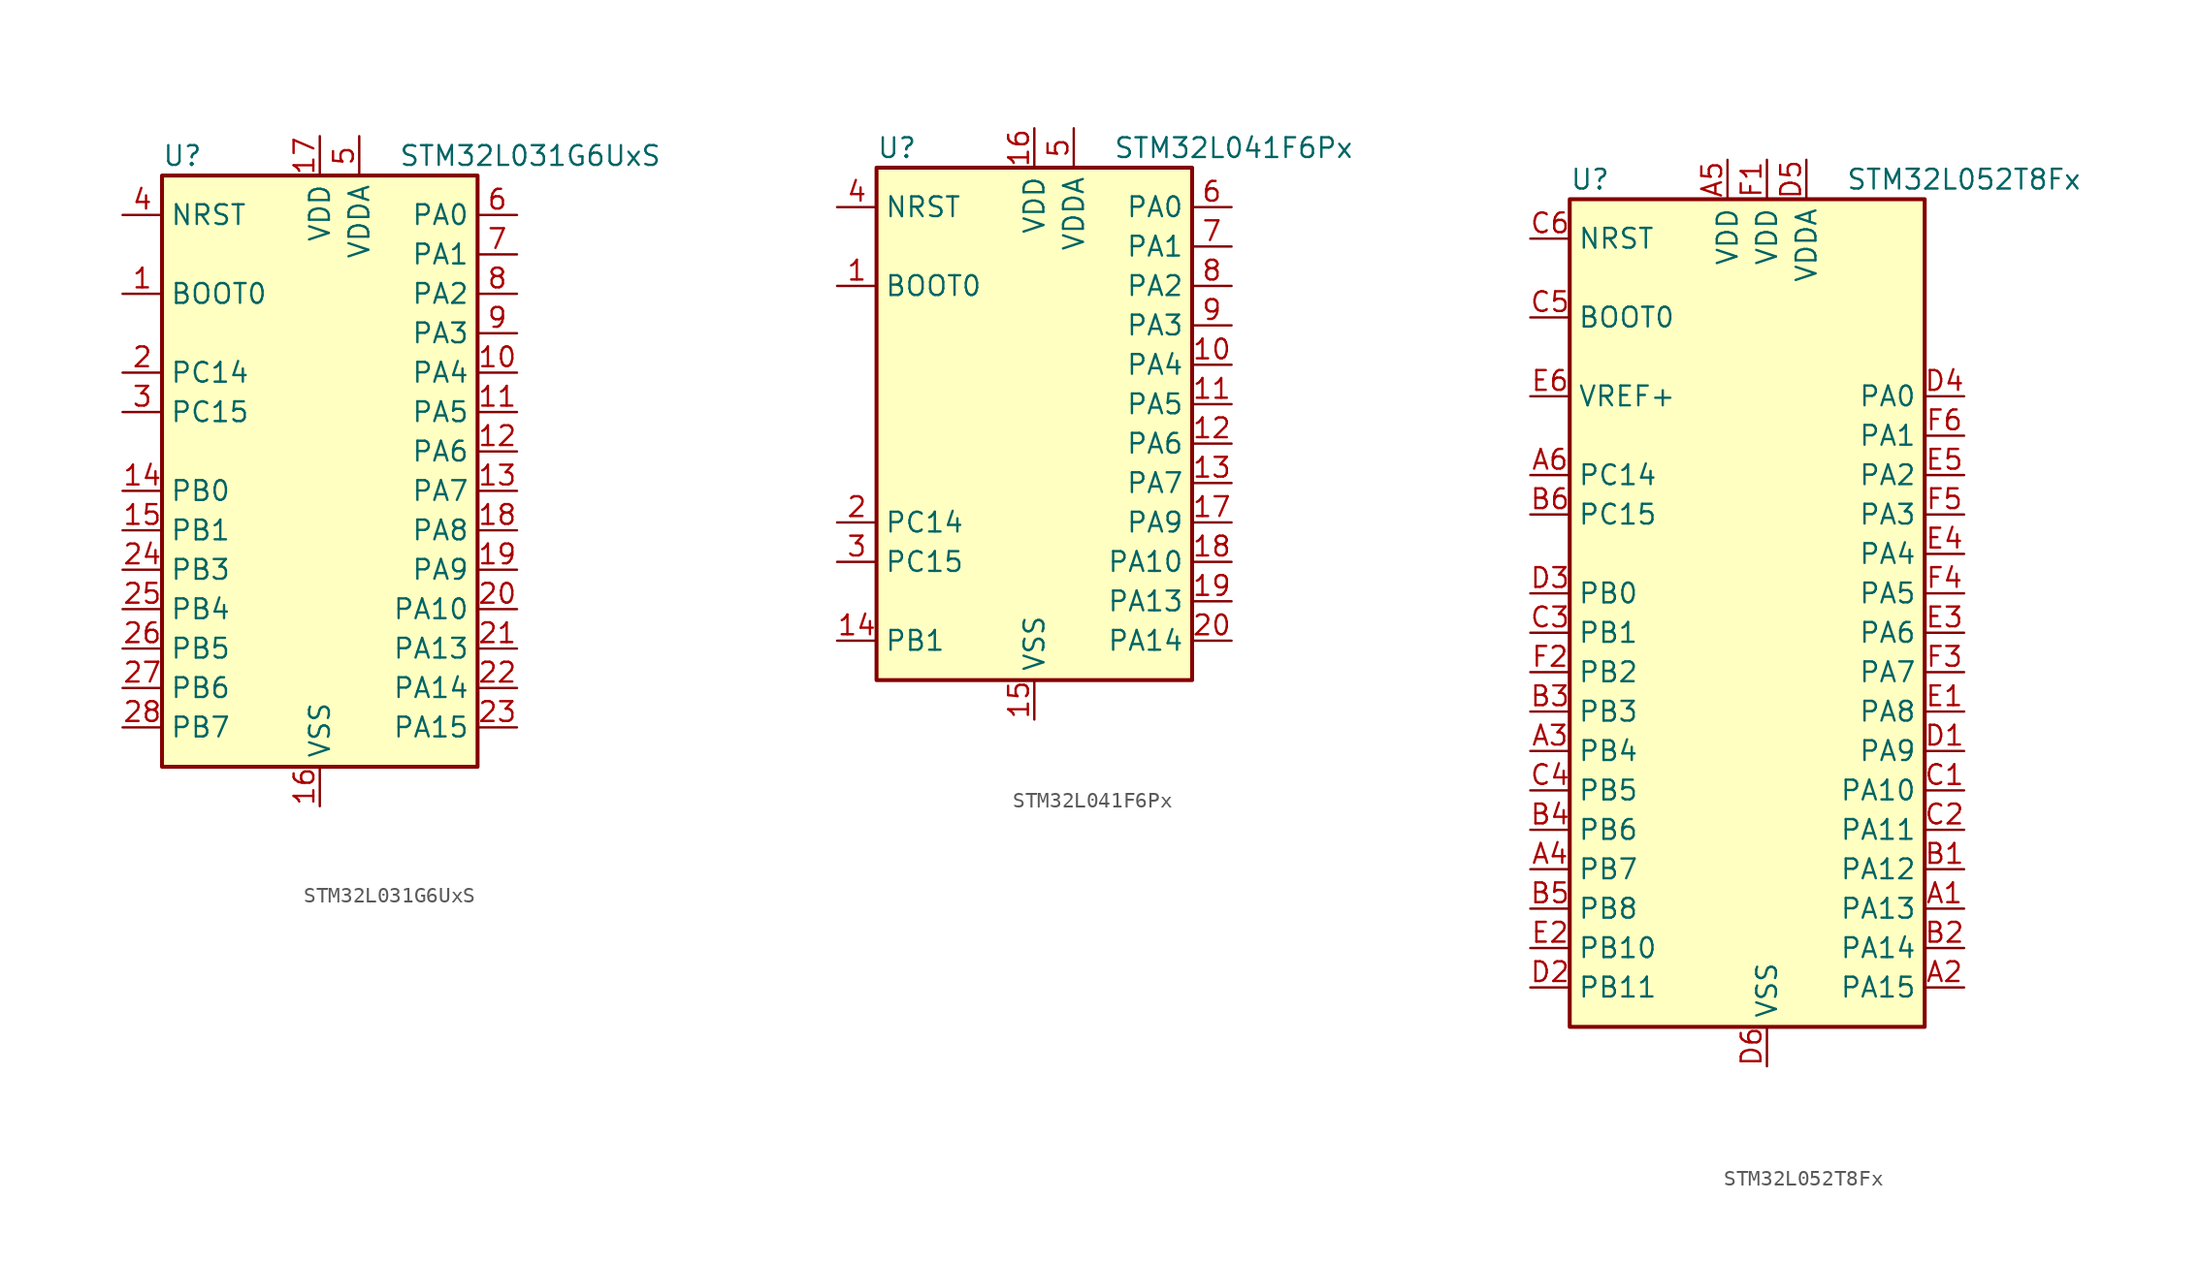
<source format=kicad_sym>
(kicad_symbol_lib
  (version 20201005)
  (generator kicad_symbol_editor)
  (symbol "STM32L031G6UxS"
    (property "Reference" "U"
      (at -10.16 19.05 0)
      (effects (font (size 1.27 1.27)) (justify left)))
    (property "Value" "STM32L031G6UxS"
      (at 5.08 19.05 0)
      (effects (font (size 1.27 1.27)) (justify left)))
    (symbol "STM32L031G6UxS_0_1"
      (rectangle (start -10.16 -20.32) (end 10.16 17.78) (stroke (width 0.254)) (fill (type background))))
    (symbol "STM32L031G6UxS_1_1"
      (pin input line (at -12.7 10.16 0) (length 2.54) (name "BOOT0" (effects (font (size 1.27 1.27)))) (number "1" (effects (font (size 1.27 1.27)))))
      (pin bidirectional line (at 12.7 5.08 180) (length 2.54) (name "PA4" (effects (font (size 1.27 1.27)))) (number "10" (effects (font (size 1.27 1.27)))))
      (pin bidirectional line (at 12.7 2.54 180) (length 2.54) (name "PA5" (effects (font (size 1.27 1.27)))) (number "11" (effects (font (size 1.27 1.27)))))
      (pin bidirectional line (at 12.7 0 180) (length 2.54) (name "PA6" (effects (font (size 1.27 1.27)))) (number "12" (effects (font (size 1.27 1.27)))))
      (pin bidirectional line (at 12.7 -2.54 180) (length 2.54) (name "PA7" (effects (font (size 1.27 1.27)))) (number "13" (effects (font (size 1.27 1.27)))))
      (pin bidirectional line (at -12.7 -2.54 0) (length 2.54) (name "PB0" (effects (font (size 1.27 1.27)))) (number "14" (effects (font (size 1.27 1.27)))))
      (pin bidirectional line (at -12.7 -5.08 0) (length 2.54) (name "PB1" (effects (font (size 1.27 1.27)))) (number "15" (effects (font (size 1.27 1.27)))))
      (pin power_in line (at 0 -22.86 90) (length 2.54) (name "VSS" (effects (font (size 1.27 1.27)))) (number "16" (effects (font (size 1.27 1.27)))))
      (pin power_in line (at 0 20.32 270) (length 2.54) (name "VDD" (effects (font (size 1.27 1.27)))) (number "17" (effects (font (size 1.27 1.27)))))
      (pin bidirectional line (at 12.7 -5.08 180) (length 2.54) (name "PA8" (effects (font (size 1.27 1.27)))) (number "18" (effects (font (size 1.27 1.27)))))
      (pin bidirectional line (at 12.7 -7.62 180) (length 2.54) (name "PA9" (effects (font (size 1.27 1.27)))) (number "19" (effects (font (size 1.27 1.27)))))
      (pin bidirectional line (at -12.7 5.08 0) (length 2.54) (name "PC14" (effects (font (size 1.27 1.27)))) (number "2" (effects (font (size 1.27 1.27)))))
      (pin bidirectional line (at 12.7 -10.16 180) (length 2.54) (name "PA10" (effects (font (size 1.27 1.27)))) (number "20" (effects (font (size 1.27 1.27)))))
      (pin bidirectional line (at 12.7 -12.7 180) (length 2.54) (name "PA13" (effects (font (size 1.27 1.27)))) (number "21" (effects (font (size 1.27 1.27)))))
      (pin bidirectional line (at 12.7 -15.24 180) (length 2.54) (name "PA14" (effects (font (size 1.27 1.27)))) (number "22" (effects (font (size 1.27 1.27)))))
      (pin bidirectional line (at 12.7 -17.78 180) (length 2.54) (name "PA15" (effects (font (size 1.27 1.27)))) (number "23" (effects (font (size 1.27 1.27)))))
      (pin bidirectional line (at -12.7 -7.62 0) (length 2.54) (name "PB3" (effects (font (size 1.27 1.27)))) (number "24" (effects (font (size 1.27 1.27)))))
      (pin bidirectional line (at -12.7 -10.16 0) (length 2.54) (name "PB4" (effects (font (size 1.27 1.27)))) (number "25" (effects (font (size 1.27 1.27)))))
      (pin bidirectional line (at -12.7 -12.7 0) (length 2.54) (name "PB5" (effects (font (size 1.27 1.27)))) (number "26" (effects (font (size 1.27 1.27)))))
      (pin bidirectional line (at -12.7 -15.24 0) (length 2.54) (name "PB6" (effects (font (size 1.27 1.27)))) (number "27" (effects (font (size 1.27 1.27)))))
      (pin bidirectional line (at -12.7 -17.78 0) (length 2.54) (name "PB7" (effects (font (size 1.27 1.27)))) (number "28" (effects (font (size 1.27 1.27)))))
      (pin bidirectional line (at -12.7 2.54 0) (length 2.54) (name "PC15" (effects (font (size 1.27 1.27)))) (number "3" (effects (font (size 1.27 1.27)))))
      (pin input line (at -12.7 15.24 0) (length 2.54) (name "NRST" (effects (font (size 1.27 1.27)))) (number "4" (effects (font (size 1.27 1.27)))))
      (pin power_in line (at 2.54 20.32 270) (length 2.54) (name "VDDA" (effects (font (size 1.27 1.27)))) (number "5" (effects (font (size 1.27 1.27)))))
      (pin bidirectional line (at 12.7 15.24 180) (length 2.54) (name "PA0" (effects (font (size 1.27 1.27)))) (number "6" (effects (font (size 1.27 1.27)))))
      (pin bidirectional line (at 12.7 12.7 180) (length 2.54) (name "PA1" (effects (font (size 1.27 1.27)))) (number "7" (effects (font (size 1.27 1.27)))))
      (pin bidirectional line (at 12.7 10.16 180) (length 2.54) (name "PA2" (effects (font (size 1.27 1.27)))) (number "8" (effects (font (size 1.27 1.27)))))
      (pin bidirectional line (at 12.7 7.62 180) (length 2.54) (name "PA3" (effects (font (size 1.27 1.27)))) (number "9" (effects (font (size 1.27 1.27)))))))
  (symbol "STM32L041F6Px"
    (property "Reference" "U"
      (at -10.16 16.51 0)
      (effects (font (size 1.27 1.27)) (justify left)))
    (property "Value" "STM32L041F6Px"
      (at 5.08 16.51 0)
      (effects (font (size 1.27 1.27)) (justify left)))
    (symbol "STM32L041F6Px_0_1"
      (rectangle (start -10.16 -17.78) (end 10.16 15.24) (stroke (width 0.254)) (fill (type background))))
    (symbol "STM32L041F6Px_1_1"
      (pin input line (at -12.7 7.62 0) (length 2.54) (name "BOOT0" (effects (font (size 1.27 1.27)))) (number "1" (effects (font (size 1.27 1.27)))))
      (pin bidirectional line (at 12.7 2.54 180) (length 2.54) (name "PA4" (effects (font (size 1.27 1.27)))) (number "10" (effects (font (size 1.27 1.27)))))
      (pin bidirectional line (at 12.7 0 180) (length 2.54) (name "PA5" (effects (font (size 1.27 1.27)))) (number "11" (effects (font (size 1.27 1.27)))))
      (pin bidirectional line (at 12.7 -2.54 180) (length 2.54) (name "PA6" (effects (font (size 1.27 1.27)))) (number "12" (effects (font (size 1.27 1.27)))))
      (pin bidirectional line (at 12.7 -5.08 180) (length 2.54) (name "PA7" (effects (font (size 1.27 1.27)))) (number "13" (effects (font (size 1.27 1.27)))))
      (pin bidirectional line (at -12.7 -15.24 0) (length 2.54) (name "PB1" (effects (font (size 1.27 1.27)))) (number "14" (effects (font (size 1.27 1.27)))))
      (pin power_in line (at 0 -20.32 90) (length 2.54) (name "VSS" (effects (font (size 1.27 1.27)))) (number "15" (effects (font (size 1.27 1.27)))))
      (pin power_in line (at 0 17.78 270) (length 2.54) (name "VDD" (effects (font (size 1.27 1.27)))) (number "16" (effects (font (size 1.27 1.27)))))
      (pin bidirectional line (at 12.7 -7.62 180) (length 2.54) (name "PA9" (effects (font (size 1.27 1.27)))) (number "17" (effects (font (size 1.27 1.27)))))
      (pin bidirectional line (at 12.7 -10.16 180) (length 2.54) (name "PA10" (effects (font (size 1.27 1.27)))) (number "18" (effects (font (size 1.27 1.27)))))
      (pin bidirectional line (at 12.7 -12.7 180) (length 2.54) (name "PA13" (effects (font (size 1.27 1.27)))) (number "19" (effects (font (size 1.27 1.27)))))
      (pin bidirectional line (at -12.7 -7.62 0) (length 2.54) (name "PC14" (effects (font (size 1.27 1.27)))) (number "2" (effects (font (size 1.27 1.27)))))
      (pin bidirectional line (at 12.7 -15.24 180) (length 2.54) (name "PA14" (effects (font (size 1.27 1.27)))) (number "20" (effects (font (size 1.27 1.27)))))
      (pin bidirectional line (at -12.7 -10.16 0) (length 2.54) (name "PC15" (effects (font (size 1.27 1.27)))) (number "3" (effects (font (size 1.27 1.27)))))
      (pin input line (at -12.7 12.7 0) (length 2.54) (name "NRST" (effects (font (size 1.27 1.27)))) (number "4" (effects (font (size 1.27 1.27)))))
      (pin power_in line (at 2.54 17.78 270) (length 2.54) (name "VDDA" (effects (font (size 1.27 1.27)))) (number "5" (effects (font (size 1.27 1.27)))))
      (pin bidirectional line (at 12.7 12.7 180) (length 2.54) (name "PA0" (effects (font (size 1.27 1.27)))) (number "6" (effects (font (size 1.27 1.27)))))
      (pin bidirectional line (at 12.7 10.16 180) (length 2.54) (name "PA1" (effects (font (size 1.27 1.27)))) (number "7" (effects (font (size 1.27 1.27)))))
      (pin bidirectional line (at 12.7 7.62 180) (length 2.54) (name "PA2" (effects (font (size 1.27 1.27)))) (number "8" (effects (font (size 1.27 1.27)))))
      (pin bidirectional line (at 12.7 5.08 180) (length 2.54) (name "PA3" (effects (font (size 1.27 1.27)))) (number "9" (effects (font (size 1.27 1.27)))))))
  (symbol "STM32L052T8Fx"
    (property "Reference" "U"
      (at -12.7 26.67 0)
      (effects (font (size 1.27 1.27)) (justify left)))
    (property "Value" "STM32L052T8Fx"
      (at 5.08 26.67 0)
      (effects (font (size 1.27 1.27)) (justify left)))
    (symbol "STM32L052T8Fx_0_1"
      (rectangle (start -12.7 -27.94) (end 10.16 25.4) (stroke (width 0.254)) (fill (type background))))
    (symbol "STM32L052T8Fx_1_1"
      (pin bidirectional line (at 12.7 -20.32 180) (length 2.54) (name "PA13" (effects (font (size 1.27 1.27)))) (number "A1" (effects (font (size 1.27 1.27)))))
      (pin bidirectional line (at 12.7 -25.4 180) (length 2.54) (name "PA15" (effects (font (size 1.27 1.27)))) (number "A2" (effects (font (size 1.27 1.27)))))
      (pin bidirectional line (at -15.24 -10.16 0) (length 2.54) (name "PB4" (effects (font (size 1.27 1.27)))) (number "A3" (effects (font (size 1.27 1.27)))))
      (pin bidirectional line (at -15.24 -17.78 0) (length 2.54) (name "PB7" (effects (font (size 1.27 1.27)))) (number "A4" (effects (font (size 1.27 1.27)))))
      (pin power_in line (at -2.54 27.94 270) (length 2.54) (name "VDD" (effects (font (size 1.27 1.27)))) (number "A5" (effects (font (size 1.27 1.27)))))
      (pin bidirectional line (at -15.24 7.62 0) (length 2.54) (name "PC14" (effects (font (size 1.27 1.27)))) (number "A6" (effects (font (size 1.27 1.27)))))
      (pin bidirectional line (at 12.7 -17.78 180) (length 2.54) (name "PA12" (effects (font (size 1.27 1.27)))) (number "B1" (effects (font (size 1.27 1.27)))))
      (pin bidirectional line (at 12.7 -22.86 180) (length 2.54) (name "PA14" (effects (font (size 1.27 1.27)))) (number "B2" (effects (font (size 1.27 1.27)))))
      (pin bidirectional line (at -15.24 -7.62 0) (length 2.54) (name "PB3" (effects (font (size 1.27 1.27)))) (number "B3" (effects (font (size 1.27 1.27)))))
      (pin bidirectional line (at -15.24 -15.24 0) (length 2.54) (name "PB6" (effects (font (size 1.27 1.27)))) (number "B4" (effects (font (size 1.27 1.27)))))
      (pin bidirectional line (at -15.24 -20.32 0) (length 2.54) (name "PB8" (effects (font (size 1.27 1.27)))) (number "B5" (effects (font (size 1.27 1.27)))))
      (pin bidirectional line (at -15.24 5.08 0) (length 2.54) (name "PC15" (effects (font (size 1.27 1.27)))) (number "B6" (effects (font (size 1.27 1.27)))))
      (pin bidirectional line (at 12.7 -12.7 180) (length 2.54) (name "PA10" (effects (font (size 1.27 1.27)))) (number "C1" (effects (font (size 1.27 1.27)))))
      (pin bidirectional line (at 12.7 -15.24 180) (length 2.54) (name "PA11" (effects (font (size 1.27 1.27)))) (number "C2" (effects (font (size 1.27 1.27)))))
      (pin bidirectional line (at -15.24 -2.54 0) (length 2.54) (name "PB1" (effects (font (size 1.27 1.27)))) (number "C3" (effects (font (size 1.27 1.27)))))
      (pin bidirectional line (at -15.24 -12.7 0) (length 2.54) (name "PB5" (effects (font (size 1.27 1.27)))) (number "C4" (effects (font (size 1.27 1.27)))))
      (pin input line (at -15.24 17.78 0) (length 2.54) (name "BOOT0" (effects (font (size 1.27 1.27)))) (number "C5" (effects (font (size 1.27 1.27)))))
      (pin input line (at -15.24 22.86 0) (length 2.54) (name "NRST" (effects (font (size 1.27 1.27)))) (number "C6" (effects (font (size 1.27 1.27)))))
      (pin bidirectional line (at 12.7 -10.16 180) (length 2.54) (name "PA9" (effects (font (size 1.27 1.27)))) (number "D1" (effects (font (size 1.27 1.27)))))
      (pin bidirectional line (at -15.24 -25.4 0) (length 2.54) (name "PB11" (effects (font (size 1.27 1.27)))) (number "D2" (effects (font (size 1.27 1.27)))))
      (pin bidirectional line (at -15.24 0 0) (length 2.54) (name "PB0" (effects (font (size 1.27 1.27)))) (number "D3" (effects (font (size 1.27 1.27)))))
      (pin bidirectional line (at 12.7 12.7 180) (length 2.54) (name "PA0" (effects (font (size 1.27 1.27)))) (number "D4" (effects (font (size 1.27 1.27)))))
      (pin power_in line (at 2.54 27.94 270) (length 2.54) (name "VDDA" (effects (font (size 1.27 1.27)))) (number "D5" (effects (font (size 1.27 1.27)))))
      (pin power_in line (at 0 -30.48 90) (length 2.54) (name "VSS" (effects (font (size 1.27 1.27)))) (number "D6" (effects (font (size 1.27 1.27)))))
      (pin bidirectional line (at 12.7 -7.62 180) (length 2.54) (name "PA8" (effects (font (size 1.27 1.27)))) (number "E1" (effects (font (size 1.27 1.27)))))
      (pin bidirectional line (at -15.24 -22.86 0) (length 2.54) (name "PB10" (effects (font (size 1.27 1.27)))) (number "E2" (effects (font (size 1.27 1.27)))))
      (pin bidirectional line (at 12.7 -2.54 180) (length 2.54) (name "PA6" (effects (font (size 1.27 1.27)))) (number "E3" (effects (font (size 1.27 1.27)))))
      (pin bidirectional line (at 12.7 2.54 180) (length 2.54) (name "PA4" (effects (font (size 1.27 1.27)))) (number "E4" (effects (font (size 1.27 1.27)))))
      (pin bidirectional line (at 12.7 7.62 180) (length 2.54) (name "PA2" (effects (font (size 1.27 1.27)))) (number "E5" (effects (font (size 1.27 1.27)))))
      (pin power_in line (at -15.24 12.7 0) (length 2.54) (name "VREF+" (effects (font (size 1.27 1.27)))) (number "E6" (effects (font (size 1.27 1.27)))))
      (pin power_in line (at 0 27.94 270) (length 2.54) (name "VDD" (effects (font (size 1.27 1.27)))) (number "F1" (effects (font (size 1.27 1.27)))))
      (pin bidirectional line (at -15.24 -5.08 0) (length 2.54) (name "PB2" (effects (font (size 1.27 1.27)))) (number "F2" (effects (font (size 1.27 1.27)))))
      (pin bidirectional line (at 12.7 -5.08 180) (length 2.54) (name "PA7" (effects (font (size 1.27 1.27)))) (number "F3" (effects (font (size 1.27 1.27)))))
      (pin bidirectional line (at 12.7 0 180) (length 2.54) (name "PA5" (effects (font (size 1.27 1.27)))) (number "F4" (effects (font (size 1.27 1.27)))))
      (pin bidirectional line (at 12.7 5.08 180) (length 2.54) (name "PA3" (effects (font (size 1.27 1.27)))) (number "F5" (effects (font (size 1.27 1.27)))))
      (pin bidirectional line (at 12.7 10.16 180) (length 2.54) (name "PA1" (effects (font (size 1.27 1.27)))) (number "F6" (effects (font (size 1.27 1.27))))))))
</source>
